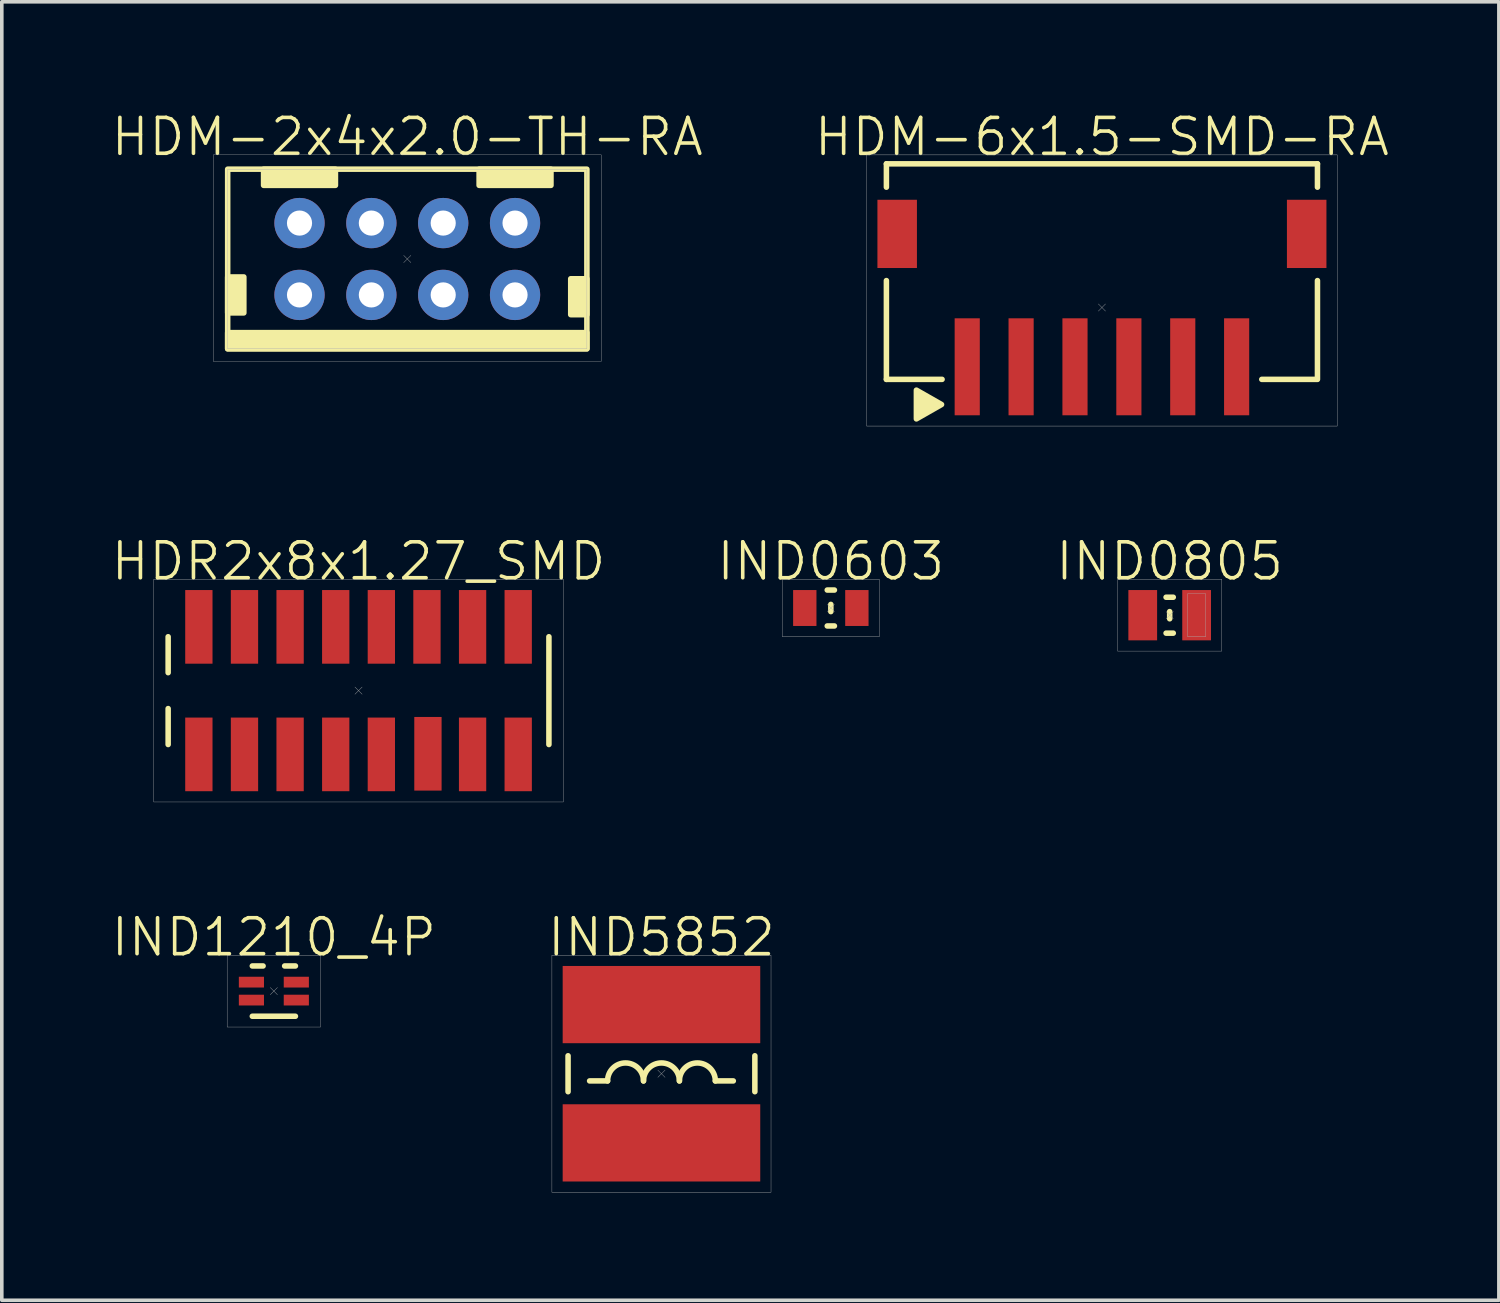
<source format=kicad_pcb>
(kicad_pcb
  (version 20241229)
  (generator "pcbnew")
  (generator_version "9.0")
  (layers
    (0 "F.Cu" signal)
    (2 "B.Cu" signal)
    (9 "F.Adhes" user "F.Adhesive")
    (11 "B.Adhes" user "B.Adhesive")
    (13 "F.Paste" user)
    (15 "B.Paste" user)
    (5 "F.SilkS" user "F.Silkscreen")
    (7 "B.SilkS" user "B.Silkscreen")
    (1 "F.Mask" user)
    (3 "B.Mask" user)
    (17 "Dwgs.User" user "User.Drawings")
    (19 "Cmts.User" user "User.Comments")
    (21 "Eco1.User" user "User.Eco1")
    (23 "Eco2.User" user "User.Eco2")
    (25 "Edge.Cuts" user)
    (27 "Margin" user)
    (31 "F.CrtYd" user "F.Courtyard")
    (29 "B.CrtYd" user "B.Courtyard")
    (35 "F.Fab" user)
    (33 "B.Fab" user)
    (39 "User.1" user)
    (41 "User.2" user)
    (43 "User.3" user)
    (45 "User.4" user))
  (footprint "IND0805"
    (layer "F.Cu")
    (at 29.512 14.076)
    (property "Reference" "IND0805" (at 0 -1.5 0) (unlocked yes) (layer "F.SilkS") (effects (font (size 1 1) (thickness 0.1))))
    (attr smd)
    (fp_line (start -0.1 -0.5) (end 0.1 -0.5) (stroke (width 0.154) (type default)) (layer "F.SilkS"))
    (fp_line (start -0.1 0.5) (end 0.1 0.5) (stroke (width 0.154) (type default)) (layer "F.SilkS"))
    (fp_line (start 0 0.1) (end 0 -0.1) (stroke (width 0.154) (type default)) (layer "F.SilkS"))
    (fp_line (start -0.1 -0.1) (end 0.1 0.1) (stroke (width 0.01) (type default)) (layer "F.Fab"))
    (fp_line (start 0.1 -0.1) (end -0.1 0.1) (stroke (width 0.01) (type default)) (layer "F.Fab"))
    (fp_rect (start -1.45 -1) (end 1.45 1) (stroke (width 0.01) (type default)) (fill no) (layer "F.Fab"))
    (fp_rect (start 0.5 -0.6) (end 1 0.6) (stroke (width 0.01) (type default)) (fill no) (layer "F.Fab"))
    (pad "1" smd rect (at -0.75 0) (size 0.8 1.4) (layers "F.Cu" "F.Mask" "F.Paste"))
    (pad "2" smd rect (at 0.75 0) (size 0.8 1.4) (layers "F.Cu" "F.Mask" "F.Paste")))
  (footprint "IND1210_4P"
    (layer "F.Cu")
    (at 4.574 24.541)
    (property "Reference" "IND1210_4P" (at 0 -1.5 0) (unlocked yes) (layer "F.SilkS") (effects (font (size 1 1) (thickness 0.1))))
    (attr smd)
    (fp_line (start -0.6 -0.7) (end -0.3 -0.7) (stroke (width 0.154) (type default)) (layer "F.SilkS"))
    (fp_line (start -0.6 0.7) (end 0.6 0.7) (stroke (width 0.154) (type default)) (layer "F.SilkS"))
    (fp_line (start 0.6 -0.7) (end 0.3 -0.7) (stroke (width 0.154) (type default)) (layer "F.SilkS"))
    (fp_line (start -0.1 -0.1) (end 0.1 0.1) (stroke (width 0.01) (type default)) (layer "F.Fab"))
    (fp_line (start 0.1 -0.1) (end -0.1 0.1) (stroke (width 0.01) (type default)) (layer "F.Fab"))
    (fp_rect (start -1.3 -1) (end 1.3 1) (stroke (width 0.01) (type default)) (fill no) (layer "F.Fab"))
    (pad "1" smd rect (at -0.625 -0.25) (size 0.7 0.3) (layers "F.Cu" "F.Mask" "F.Paste"))
    (pad "2" smd rect (at 0.625 -0.25) (size 0.7 0.3) (layers "F.Cu" "F.Mask" "F.Paste"))
    (pad "3" smd rect (at 0.625 0.25) (size 0.7 0.3) (layers "F.Cu" "F.Mask" "F.Paste"))
    (pad "4" smd rect (at -0.625 0.25) (size 0.7 0.3) (layers "F.Cu" "F.Mask" "F.Paste")))
  (footprint "HDR2x8x1.27_SMD"
    (layer "F.Cu")
    (at 6.931 16.176)
    (property "Reference" "HDR2x8x1.27_SMD" (at 0 -3.6 0) (unlocked yes) (layer "F.SilkS") (effects (font (size 1 1) (thickness 0.1))))
    (attr smd)
    (fp_line (start -5.3 -1.5) (end -5.3 -0.5) (stroke (width 0.154) (type default)) (layer "F.SilkS"))
    (fp_line (start -5.3 0.5) (end -5.3 1.5) (stroke (width 0.154) (type default)) (layer "F.SilkS"))
    (fp_line (start 5.3 -1.5) (end 5.3 1.5) (stroke (width 0.154) (type default)) (layer "F.SilkS"))
    (fp_line (start -0.1 -0.1) (end 0.1 0.1) (stroke (width 0.01) (type default)) (layer "F.Fab"))
    (fp_line (start 0.1 -0.1) (end -0.1 0.1) (stroke (width 0.01) (type default)) (layer "F.Fab"))
    (fp_rect (start -5.7 -3.1) (end 5.7 3.1) (stroke (width 0.01) (type default)) (fill no) (layer "F.Fab"))
    (pad "1" smd rect (at -4.445 1.775) (size 0.76 2.05) (layers "F.Cu" "F.Mask" "F.Paste"))
    (pad "2" smd rect (at -4.445 -1.775) (size 0.76 2.05) (layers "F.Cu" "F.Mask" "F.Paste"))
    (pad "3" smd rect (at -3.175 1.775) (size 0.76 2.05) (layers "F.Cu" "F.Mask" "F.Paste"))
    (pad "4" smd rect (at -3.175 -1.775) (size 0.76 2.05) (layers "F.Cu" "F.Mask" "F.Paste"))
    (pad "5" smd rect (at -1.905 1.775) (size 0.76 2.05) (layers "F.Cu" "F.Mask" "F.Paste"))
    (pad "6" smd rect (at -1.905 -1.775) (size 0.76 2.05) (layers "F.Cu" "F.Mask" "F.Paste"))
    (pad "7" smd rect (at -0.635 1.775) (size 0.76 2.05) (layers "F.Cu" "F.Mask" "F.Paste"))
    (pad "8" smd rect (at -0.635 -1.775) (size 0.76 2.05) (layers "F.Cu" "F.Mask" "F.Paste"))
    (pad "9" smd rect (at 0.635 1.775) (size 0.76 2.05) (layers "F.Cu" "F.Mask" "F.Paste"))
    (pad "10" smd rect (at 0.635 -1.775) (size 0.76 2.05) (layers "F.Cu" "F.Mask" "F.Paste"))
    (pad "11" smd rect (at 1.932 1.758) (size 0.76 2.05) (layers "F.Cu" "F.Mask" "F.Paste"))
    (pad "12" smd rect (at 1.905 -1.775) (size 0.76 2.05) (layers "F.Cu" "F.Mask" "F.Paste"))
    (pad "13" smd rect (at 3.175 1.775) (size 0.76 2.05) (layers "F.Cu" "F.Mask" "F.Paste"))
    (pad "14" smd rect (at 3.175 -1.775) (size 0.76 2.05) (layers "F.Cu" "F.Mask" "F.Paste"))
    (pad "15" smd rect (at 4.445 1.775) (size 0.76 2.05) (layers "F.Cu" "F.Mask" "F.Paste"))
    (pad "16" smd rect (at 4.445 -1.775) (size 0.76 2.05) (layers "F.Cu" "F.Mask" "F.Paste")))
  (footprint "IND0603"
    (layer "F.Cu")
    (at 20.079 13.876)
    (property "Reference" "IND0603" (at 0 -1.3 0) (unlocked yes) (layer "F.SilkS") (effects (font (size 1 1) (thickness 0.1))))
    (attr smd)
    (fp_line (start -0.1 -0.5) (end 0.1 -0.5) (stroke (width 0.154) (type default)) (layer "F.SilkS"))
    (fp_line (start -0.1 0.5) (end 0.1 0.5) (stroke (width 0.154) (type default)) (layer "F.SilkS"))
    (fp_line (start 0 0.1) (end 0 -0.1) (stroke (width 0.154) (type default)) (layer "F.SilkS"))
    (fp_line (start -0.1 -0.1) (end 0.1 0.1) (stroke (width 0.01) (type default)) (layer "F.Fab"))
    (fp_line (start 0.1 -0.1) (end -0.1 0.1) (stroke (width 0.01) (type default)) (layer "F.Fab"))
    (fp_rect (start -1.35 -0.8) (end 1.35 0.8) (stroke (width 0.01) (type default)) (fill no) (layer "F.Fab"))
    (pad "1" smd rect (at -0.725 0 180) (size 0.65 1) (layers "F.Cu" "F.Mask" "F.Paste"))
    (pad "2" smd rect (at 0.725 0 180) (size 0.65 1) (layers "F.Cu" "F.Mask" "F.Paste")))
  (footprint "IND5852"
    (layer "F.Cu")
    (at 15.364 26.841)
    (property "Reference" "IND5852" (at 0 -3.8 0) (unlocked yes) (layer "F.SilkS") (effects (font (size 1 1) (thickness 0.1))))
    (attr smd)
    (fp_line (start -2.6 -0.5) (end -2.6 0.5) (stroke (width 0.154) (type default)) (layer "F.SilkS"))
    (fp_line (start -2 0.2) (end -1.5 0.2) (stroke (width 0.154) (type default)) (layer "F.SilkS"))
    (fp_line (start 1.5 0.2) (end 2 0.2) (stroke (width 0.154) (type default)) (layer "F.SilkS"))
    (fp_line (start 2.6 -0.5) (end 2.6 0.5) (stroke (width 0.154) (type default)) (layer "F.SilkS"))
    (fp_arc (start -1.5 0.2) (mid -1 -0.3) (end -0.5 0.2) (stroke (width 0.154) (type default)) (layer "F.SilkS"))
    (fp_arc (start -0.5 0.2) (mid 0 -0.3) (end 0.5 0.2) (stroke (width 0.154) (type default)) (layer "F.SilkS"))
    (fp_arc (start 0.5 0.2) (mid 1 -0.3) (end 1.5 0.2) (stroke (width 0.154) (type default)) (layer "F.SilkS"))
    (fp_line (start -0.1 -0.1) (end 0.1 0.1) (stroke (width 0.01) (type default)) (layer "F.Fab"))
    (fp_line (start 0.1 -0.1) (end -0.1 0.1) (stroke (width 0.01) (type default)) (layer "F.Fab"))
    (fp_rect (start -3.05 -3.3) (end 3.05 3.3) (stroke (width 0.01) (type default)) (fill no) (layer "F.Fab"))
    (pad "1" smd rect (at 0 1.925 90) (size 2.15 5.5) (layers "F.Cu" "F.Mask" "F.Paste"))
    (pad "2" smd rect (at 0 -1.925 90) (size 2.15 5.5) (layers "F.Cu" "F.Mask" "F.Paste")))
  (footprint "HDM-6x1.5-SMD-RA"
    (layer "F.Cu")
    (at 27.626 5.511)
    (property "Reference" "HDM-6x1.5-SMD-RA" (at 0 -4.75 0) (unlocked yes) (layer "F.SilkS") (effects (font (size 1 1) (thickness 0.1))))
    (attr smd)
    (fp_line (start -6 -4) (end 6 -4) (stroke (width 0.154) (type default)) (layer "F.SilkS"))
    (fp_line (start -6 -3.35) (end -6 -4) (stroke (width 0.154) (type default)) (layer "F.SilkS"))
    (fp_line (start -6 2) (end -6 -0.75) (stroke (width 0.154) (type default)) (layer "F.SilkS"))
    (fp_line (start -4.45 2) (end -6 2) (stroke (width 0.154) (type default)) (layer "F.SilkS"))
    (fp_line (start 5.975 2) (end 4.45 2) (stroke (width 0.154) (type default)) (layer "F.SilkS"))
    (fp_line (start 6 -3.35) (end 6 -4) (stroke (width 0.154) (type default)) (layer "F.SilkS"))
    (fp_line (start 6 2) (end 6 -0.75) (stroke (width 0.154) (type default)) (layer "F.SilkS"))
    (fp_poly (pts (xy -5.165 2.3) (xy -5.165 3.1) (xy -4.465 2.7)) (stroke (width 0.154) (type solid)) (fill yes) (layer "F.SilkS"))
    (fp_line (start -0.1 -0.1) (end 0.1 0.1) (stroke (width 0.01) (type default)) (layer "F.Fab"))
    (fp_line (start 0.1 -0.1) (end -0.1 0.1) (stroke (width 0.01) (type default)) (layer "F.Fab"))
    (fp_rect (start -6.55 -4.25) (end 6.55 3.3) (stroke (width 0.01) (type default)) (fill no) (layer "F.Fab"))
    (pad "1" smd rect (at -3.75 1.65) (size 0.7 2.7) (layers "F.Cu" "F.Mask" "F.Paste"))
    (pad "2" smd rect (at -2.25 1.65) (size 0.7 2.7) (layers "F.Cu" "F.Mask" "F.Paste"))
    (pad "3" smd rect (at -0.75 1.65) (size 0.7 2.7) (layers "F.Cu" "F.Mask" "F.Paste"))
    (pad "4" smd rect (at 0.75 1.65) (size 0.7 2.7) (layers "F.Cu" "F.Mask" "F.Paste"))
    (pad "5" smd rect (at 2.25 1.65) (size 0.7 2.7) (layers "F.Cu" "F.Mask" "F.Paste"))
    (pad "6" smd rect (at 3.75 1.65) (size 0.7 2.7) (layers "F.Cu" "F.Mask" "F.Paste"))
    (pad "7" smd rect (at 5.7 -2.05) (size 1.1 1.9) (layers "F.Cu" "F.Mask" "F.Paste"))
    (pad "8" smd rect (at -5.7 -2.05) (size 1.1 1.9) (layers "F.Cu" "F.Mask" "F.Paste")))
  (footprint "HDM-2x4x2.0-TH-RA"
    (layer "F.Cu")
    (at 8.288 4.16)
    (property "Reference" "HDM-2x4x2.0-TH-RA" (at 0 -3.4 0) (unlocked yes) (layer "F.SilkS") (effects (font (size 1 1) (thickness 0.1))))
    (attr through_hole)
    (fp_rect (start -5 -2.5) (end 5 2.5) (stroke (width 0.154) (type default)) (fill no) (layer "F.SilkS"))
    (fp_rect (start -5 0.5) (end -4.55 1.5) (stroke (width 0.154) (type solid)) (fill yes) (layer "F.SilkS"))
    (fp_rect (start -5 2.05) (end 5 2.5) (stroke (width 0.154) (type solid)) (fill yes) (layer "F.SilkS"))
    (fp_rect (start -4 -2.5) (end -2 -2.05) (stroke (width 0.154) (type solid)) (fill yes) (layer "F.SilkS"))
    (fp_rect (start 2 -2.5) (end 4 -2.05) (stroke (width 0.154) (type solid)) (fill yes) (layer "F.SilkS"))
    (fp_rect (start 4.55 0.55) (end 5 1.55) (stroke (width 0.154) (type solid)) (fill yes) (layer "F.SilkS"))
    (fp_line (start -0.1 -0.1) (end 0.1 0.1) (stroke (width 0.01) (type default)) (layer "F.Fab"))
    (fp_line (start 0.1 -0.1) (end -0.1 0.1) (stroke (width 0.01) (type default)) (layer "F.Fab"))
    (fp_rect (start -5.4 -2.9) (end 5.4 2.85) (stroke (width 0.01) (type default)) (fill no) (layer "F.Fab"))
    (fp_rect (start -5 -2.5) (end 5 2.5) (stroke (width 0.01) (type default)) (fill no) (layer "F.Fab"))
    (pad "1" thru_hole circle (at -3 -1) (size 1.4 1.4) (drill 0.7) (layers "*.Cu" "*.Mask"))
    (pad "2" thru_hole circle (at -3 1) (size 1.4 1.4) (drill 0.7) (layers "*.Cu" "*.Mask"))
    (pad "3" thru_hole circle (at -1 -1) (size 1.4 1.4) (drill 0.7) (layers "*.Cu" "*.Mask"))
    (pad "4" thru_hole circle (at -1 1) (size 1.4 1.4) (drill 0.7) (layers "*.Cu" "*.Mask"))
    (pad "5" thru_hole circle (at 1 -1) (size 1.4 1.4) (drill 0.7) (layers "*.Cu" "*.Mask"))
    (pad "6" thru_hole circle (at 1 1) (size 1.4 1.4) (drill 0.7) (layers "*.Cu" "*.Mask"))
    (pad "7" thru_hole circle (at 3 -1) (size 1.4 1.4) (drill 0.7) (layers "*.Cu" "*.Mask"))
    (pad "8" thru_hole circle (at 3 1) (size 1.4 1.4) (drill 0.7) (layers "*.Cu" "*.Mask")))
  (gr_rect
    (start -3 -3)
    (end 38.676 33.147)
    (stroke (width 0.1) (type default))
    (fill no)
    (layer "Edge.Cuts")))
</source>
